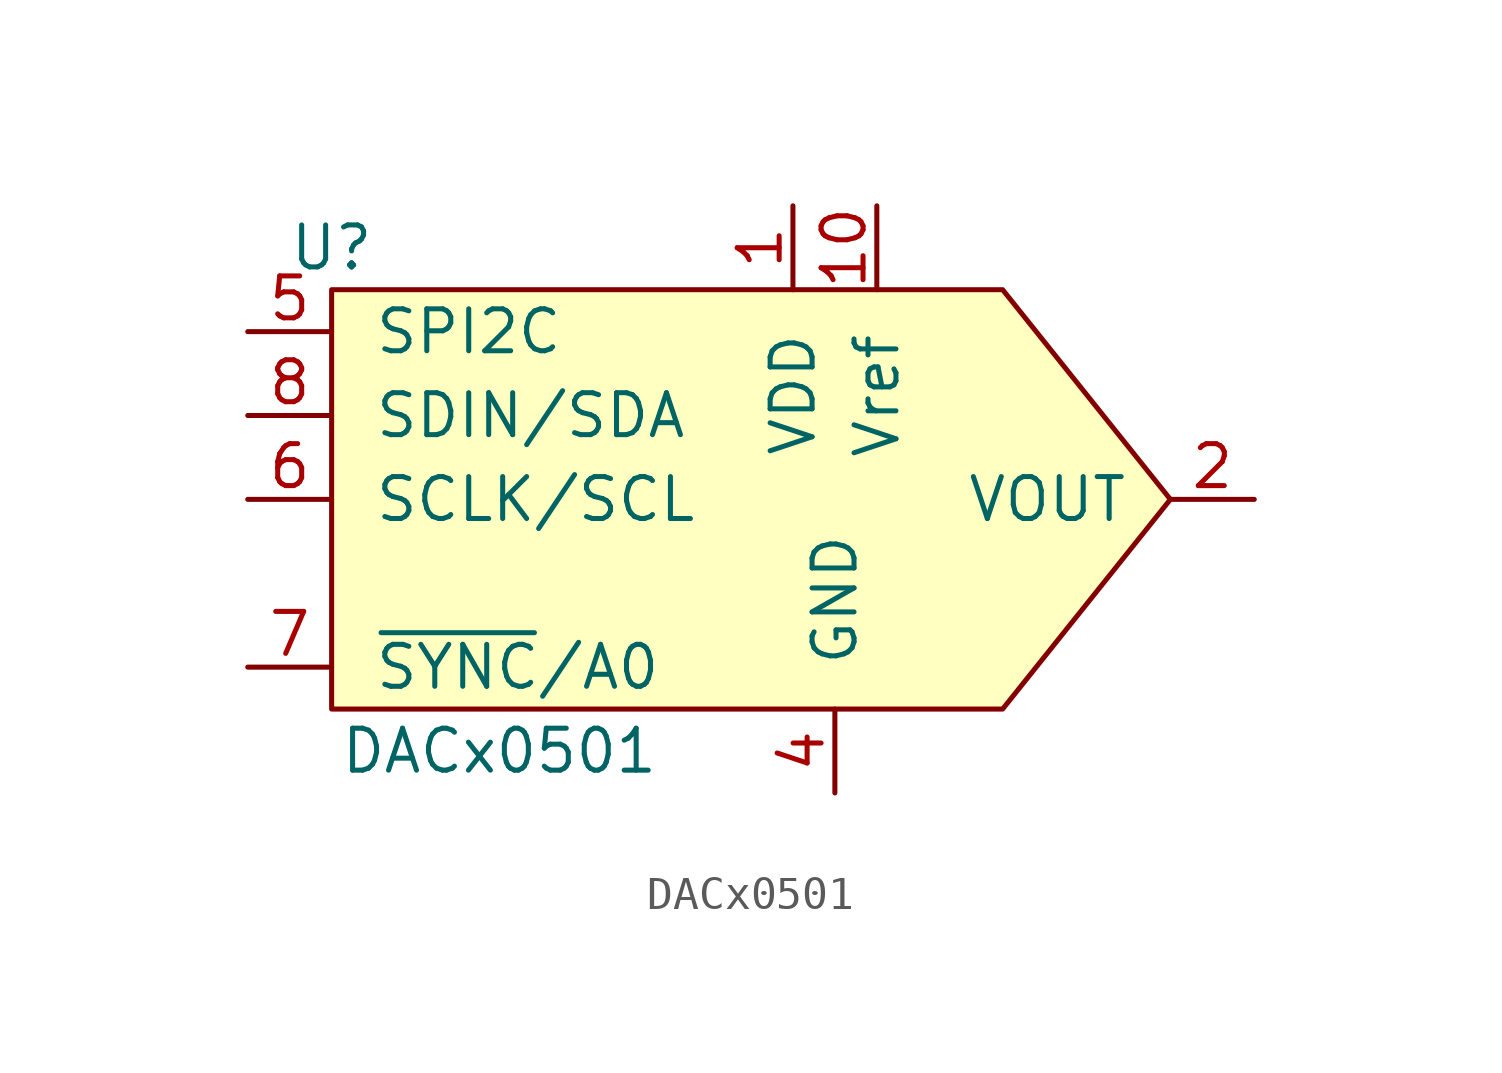
<source format=kicad_sym>
(kicad_symbol_lib
  (version 20220914)
  (generator kicad_symbol_editor)
  (symbol "DACx0501"
    (pin_names
      (offset 1.27))
    (property "Reference" "U"
      (at -11.43 7.62 0)
      (effects (font (size 1.27 1.27))))
    (property "Value" "DACx0501"
      (at -6.35 -7.62 0)
      (effects (font (size 1.27 1.27))))
    (symbol "DACx0501_0_0"
      (pin input line (at 5.08 8.89 270) (length 2.54) (name "Vref" (effects (font (size 1.27 1.27)))) (number "10" (effects (font (size 1.27 1.27)))))
      (pin power_in line (at 3.81 -8.89 90) (length 2.54) (name "GND" (effects (font (size 1.27 1.27)))) (number "4" (effects (font (size 1.27 1.27))))))
    (symbol "DACx0501_1_0"
      (pin power_in line (at 2.54 8.89 270) (length 2.54) (name "VDD" (effects (font (size 1.27 1.27)))) (number "1" (effects (font (size 1.27 1.27)))))
      (pin input line (at 16.51 0 180) (length 2.54) (name "VOUT" (effects (font (size 1.27 1.27)))) (number "2" (effects (font (size 1.27 1.27)))))
      (pin no_connect line (at 7.62 -8.89 90) (length 2.54) hide (name "NC" (effects (font (size 1.27 1.27)))) (number "3" (effects (font (size 1.27 1.27)))))
      (pin output line (at -13.97 5.08 0) (length 2.54) (name "SPI2C" (effects (font (size 1.27 1.27)))) (number "5" (effects (font (size 1.27 1.27)))))
      (pin input line (at -13.97 0 0) (length 2.54) (name "SCLK/SCL" (effects (font (size 1.27 1.27)))) (number "6" (effects (font (size 1.27 1.27)))))
      (pin input line (at -13.97 -5.08 0) (length 2.54) (name "~{SYNC}/A0" (effects (font (size 1.27 1.27)))) (number "7" (effects (font (size 1.27 1.27)))))
      (pin input line (at -13.97 2.54 0) (length 2.54) (name "SDIN/SDA" (effects (font (size 1.27 1.27)))) (number "8" (effects (font (size 1.27 1.27)))))
      (pin no_connect line (at 6.35 -8.89 90) (length 2.54) hide (name "NC" (effects (font (size 1.27 1.27)))) (number "9" (effects (font (size 1.27 1.27))))))
    (symbol "DACx0501_1_1"
      (polyline (pts (xy 13.97 0) (xy 8.89 6.35) (xy -11.43 6.35) (xy -11.43 -6.35) (xy 8.89 -6.35) (xy 13.97 0)) (stroke (width 0) (type default)) (fill (type background))))))
</source>
